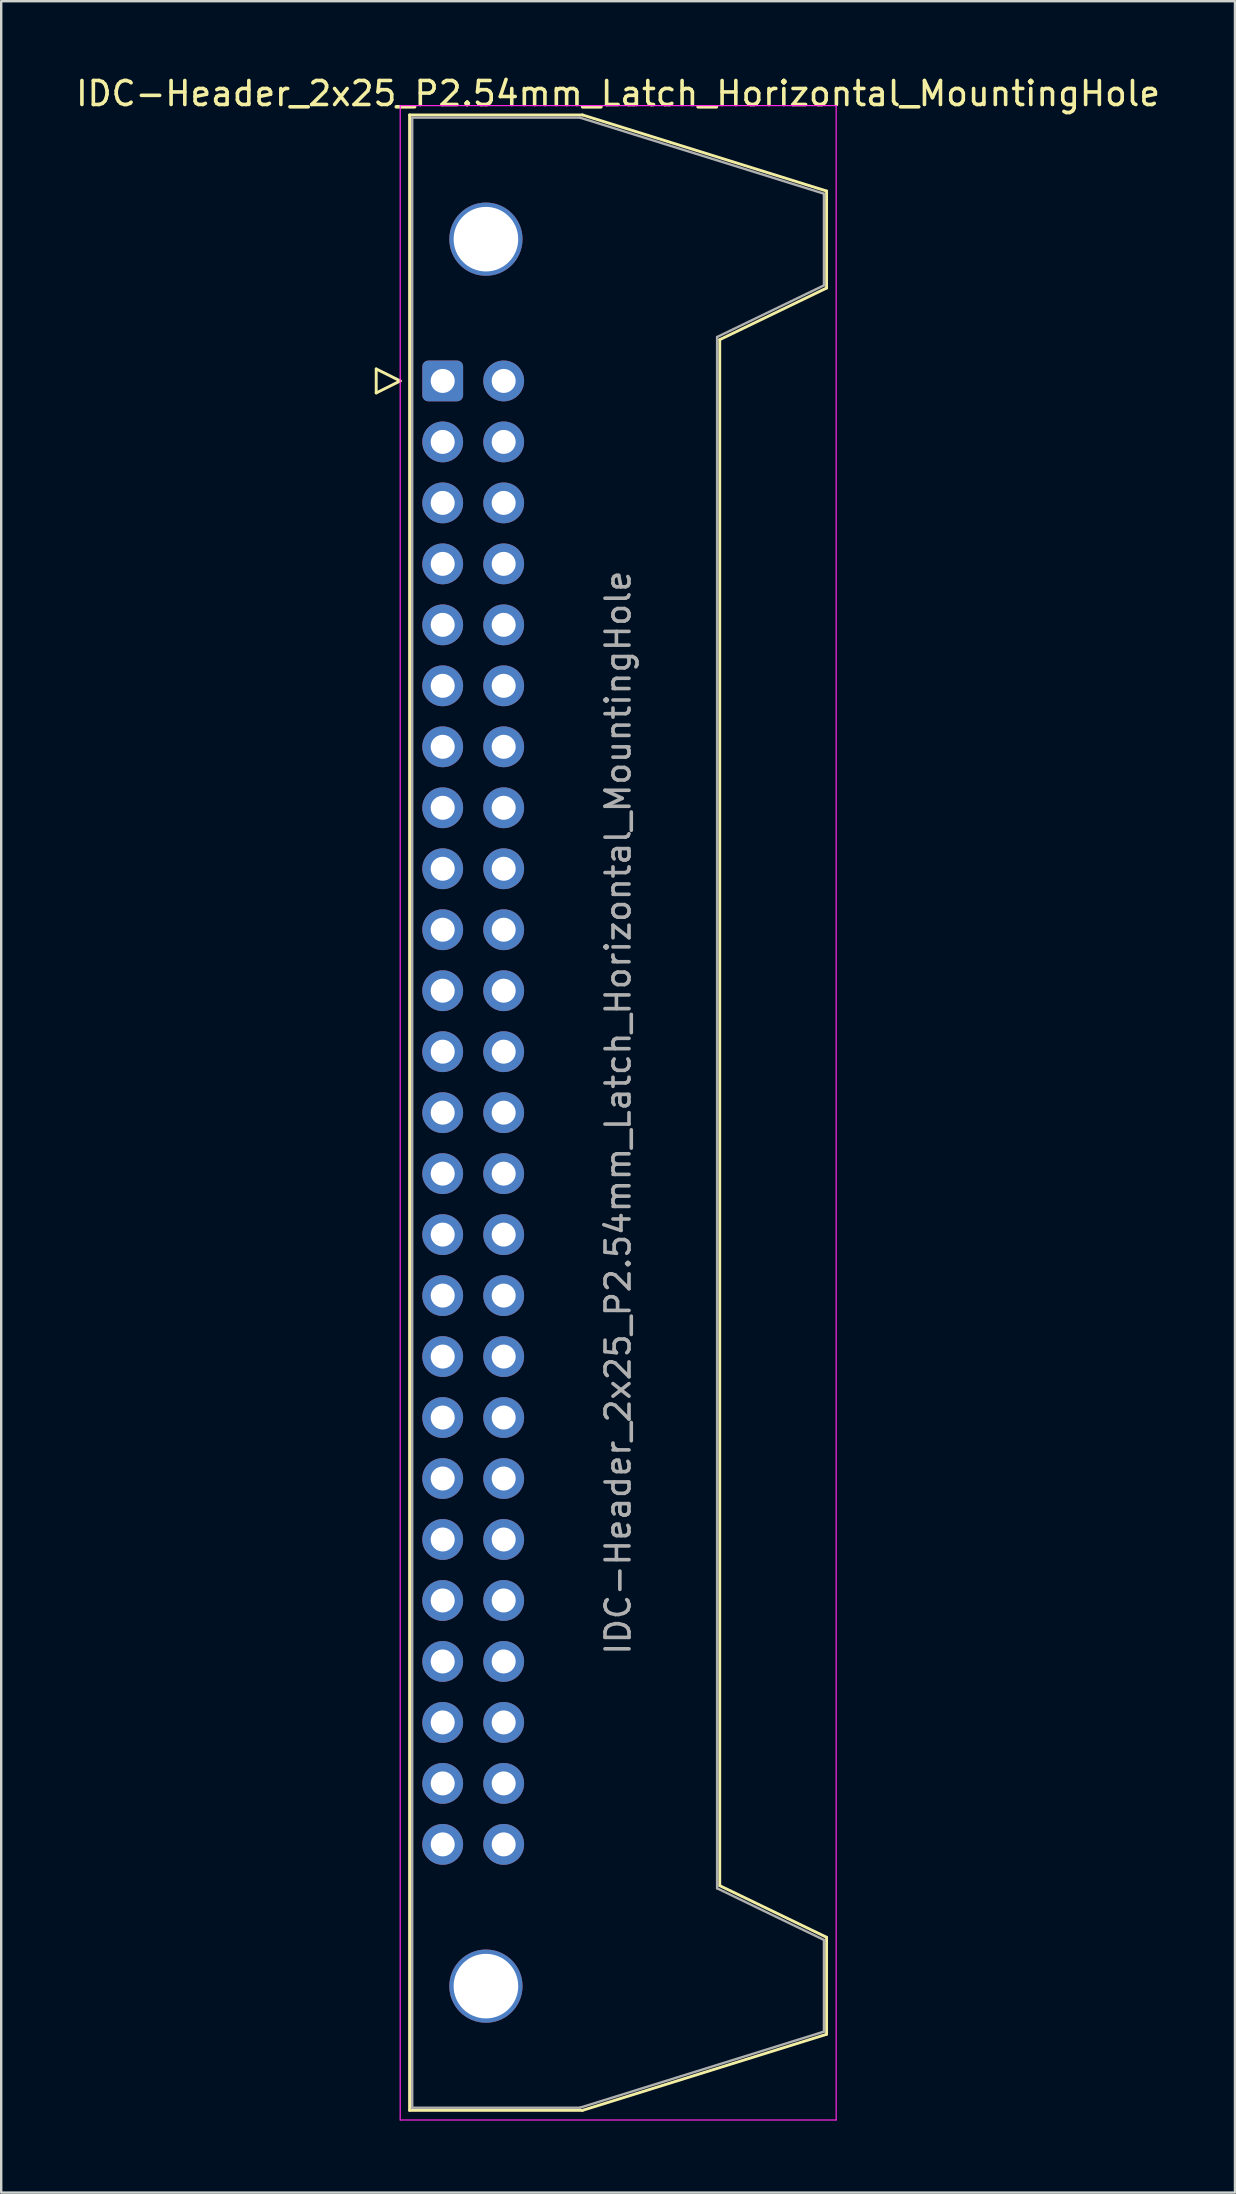
<source format=kicad_pcb>
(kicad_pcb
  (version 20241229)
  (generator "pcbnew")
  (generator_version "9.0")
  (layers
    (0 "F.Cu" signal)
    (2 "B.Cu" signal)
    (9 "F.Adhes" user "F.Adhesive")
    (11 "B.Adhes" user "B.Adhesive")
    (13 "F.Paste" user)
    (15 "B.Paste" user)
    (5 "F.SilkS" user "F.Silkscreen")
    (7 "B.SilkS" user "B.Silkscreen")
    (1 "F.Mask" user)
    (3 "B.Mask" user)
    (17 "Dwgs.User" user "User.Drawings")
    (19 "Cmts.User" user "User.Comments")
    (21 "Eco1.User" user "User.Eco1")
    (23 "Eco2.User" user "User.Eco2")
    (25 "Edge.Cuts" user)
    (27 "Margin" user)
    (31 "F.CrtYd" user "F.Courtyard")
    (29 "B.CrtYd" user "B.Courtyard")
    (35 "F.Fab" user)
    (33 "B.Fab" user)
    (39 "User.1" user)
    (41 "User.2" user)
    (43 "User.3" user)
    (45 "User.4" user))
  (footprint "IDC-Header_2x25_P2.54mm_Latch_Horizontal_MountingHole"
    (layer "F.Cu")
    (at 15.391 12.818)
    (property "Reference" "IDC-Header_2x25_P2.54mm_Latch_Horizontal_MountingHole" (at 7.305 -11.97 0) (layer "F.SilkS") (effects (font (size 1 1) (thickness 0.15))))
    (attr through_hole)
    (fp_line (start -2.77 -0.5) (end -2.77 0.5) (stroke (width 0.12) (type solid)) (layer "F.SilkS"))
    (fp_line (start -2.77 0.5) (end -1.77 0) (stroke (width 0.12) (type solid)) (layer "F.SilkS"))
    (fp_line (start -1.77 0) (end -2.77 -0.5) (stroke (width 0.12) (type solid)) (layer "F.SilkS"))
    (fp_line (start -1.38 -11.08) (end 5.82 -11.08) (stroke (width 0.12) (type solid)) (layer "F.SilkS"))
    (fp_line (start -1.38 72.04) (end -1.38 -11.08) (stroke (width 0.12) (type solid)) (layer "F.SilkS"))
    (fp_line (start 5.82 -11.08) (end 15.99 -7.91) (stroke (width 0.12) (type solid)) (layer "F.SilkS"))
    (fp_line (start 5.82 72.04) (end -1.38 72.04) (stroke (width 0.12) (type solid)) (layer "F.SilkS"))
    (fp_line (start 11.54 -1.72) (end 11.54 62.68) (stroke (width 0.12) (type solid)) (layer "F.SilkS"))
    (fp_line (start 11.54 62.68) (end 15.99 64.83) (stroke (width 0.12) (type solid)) (layer "F.SilkS"))
    (fp_line (start 15.99 -7.91) (end 15.99 -3.87) (stroke (width 0.12) (type solid)) (layer "F.SilkS"))
    (fp_line (start 15.99 -3.87) (end 11.54 -1.72) (stroke (width 0.12) (type solid)) (layer "F.SilkS"))
    (fp_line (start 15.99 64.83) (end 15.99 68.87) (stroke (width 0.12) (type solid)) (layer "F.SilkS"))
    (fp_line (start 15.99 68.87) (end 5.82 72.04) (stroke (width 0.12) (type solid)) (layer "F.SilkS"))
    (fp_line (start -1.77 -11.47) (end -1.77 72.44) (stroke (width 0.05) (type solid)) (layer "F.CrtYd"))
    (fp_line (start -1.77 72.44) (end 16.39 72.44) (stroke (width 0.05) (type solid)) (layer "F.CrtYd"))
    (fp_line (start 16.39 -11.47) (end -1.77 -11.47) (stroke (width 0.05) (type solid)) (layer "F.CrtYd"))
    (fp_line (start 16.39 72.44) (end 16.39 -11.47) (stroke (width 0.05) (type solid)) (layer "F.CrtYd"))
    (fp_line (start -1.27 -10.97) (end 5.71 -10.97) (stroke (width 0.1) (type solid)) (layer "F.Fab"))
    (fp_line (start -1.27 71.93) (end -1.27 -10.97) (stroke (width 0.1) (type solid)) (layer "F.Fab"))
    (fp_line (start 5.71 -10.97) (end 15.88 -7.8) (stroke (width 0.1) (type solid)) (layer "F.Fab"))
    (fp_line (start 5.71 71.93) (end -1.27 71.93) (stroke (width 0.1) (type solid)) (layer "F.Fab"))
    (fp_line (start 11.43 -1.83) (end 11.43 62.79) (stroke (width 0.1) (type solid)) (layer "F.Fab"))
    (fp_line (start 11.43 62.79) (end 15.88 64.94) (stroke (width 0.1) (type solid)) (layer "F.Fab"))
    (fp_line (start 15.88 -7.8) (end 15.88 -3.98) (stroke (width 0.1) (type solid)) (layer "F.Fab"))
    (fp_line (start 15.88 -3.98) (end 11.43 -1.83) (stroke (width 0.1) (type solid)) (layer "F.Fab"))
    (fp_line (start 15.88 64.94) (end 15.88 68.76) (stroke (width 0.1) (type solid)) (layer "F.Fab"))
    (fp_line (start 15.88 68.76) (end 5.71 71.93) (stroke (width 0.1) (type solid)) (layer "F.Fab"))
    (fp_text user "${REFERENCE}" (at 7.305 30.48 90) (layer "F.Fab") (effects (font (size 1 1) (thickness 0.15))))
    (pad "" thru_hole circle (at 1.8 -5.905) (size 3.05 3.05) (drill 2.69) (layers "*.Cu" "*.Mask"))
    (pad "" thru_hole circle (at 1.8 66.865) (size 3.05 3.05) (drill 2.69) (layers "*.Cu" "*.Mask"))
    (pad "1" thru_hole roundrect (at 0 0) (size 1.7 1.7) (drill 1) (layers "*.Cu" "*.Mask") (roundrect_rratio 0.147))
    (pad "2" thru_hole circle (at 2.54 0) (size 1.7 1.7) (drill 1) (layers "*.Cu" "*.Mask"))
    (pad "3" thru_hole circle (at 0 2.54) (size 1.7 1.7) (drill 1) (layers "*.Cu" "*.Mask"))
    (pad "4" thru_hole circle (at 2.54 2.54) (size 1.7 1.7) (drill 1) (layers "*.Cu" "*.Mask"))
    (pad "5" thru_hole circle (at 0 5.08) (size 1.7 1.7) (drill 1) (layers "*.Cu" "*.Mask"))
    (pad "6" thru_hole circle (at 2.54 5.08) (size 1.7 1.7) (drill 1) (layers "*.Cu" "*.Mask"))
    (pad "7" thru_hole circle (at 0 7.62) (size 1.7 1.7) (drill 1) (layers "*.Cu" "*.Mask"))
    (pad "8" thru_hole circle (at 2.54 7.62) (size 1.7 1.7) (drill 1) (layers "*.Cu" "*.Mask"))
    (pad "9" thru_hole circle (at 0 10.16) (size 1.7 1.7) (drill 1) (layers "*.Cu" "*.Mask"))
    (pad "10" thru_hole circle (at 2.54 10.16) (size 1.7 1.7) (drill 1) (layers "*.Cu" "*.Mask"))
    (pad "11" thru_hole circle (at 0 12.7) (size 1.7 1.7) (drill 1) (layers "*.Cu" "*.Mask"))
    (pad "12" thru_hole circle (at 2.54 12.7) (size 1.7 1.7) (drill 1) (layers "*.Cu" "*.Mask"))
    (pad "13" thru_hole circle (at 0 15.24) (size 1.7 1.7) (drill 1) (layers "*.Cu" "*.Mask"))
    (pad "14" thru_hole circle (at 2.54 15.24) (size 1.7 1.7) (drill 1) (layers "*.Cu" "*.Mask"))
    (pad "15" thru_hole circle (at 0 17.78) (size 1.7 1.7) (drill 1) (layers "*.Cu" "*.Mask"))
    (pad "16" thru_hole circle (at 2.54 17.78) (size 1.7 1.7) (drill 1) (layers "*.Cu" "*.Mask"))
    (pad "17" thru_hole circle (at 0 20.32) (size 1.7 1.7) (drill 1) (layers "*.Cu" "*.Mask"))
    (pad "18" thru_hole circle (at 2.54 20.32) (size 1.7 1.7) (drill 1) (layers "*.Cu" "*.Mask"))
    (pad "19" thru_hole circle (at 0 22.86) (size 1.7 1.7) (drill 1) (layers "*.Cu" "*.Mask"))
    (pad "20" thru_hole circle (at 2.54 22.86) (size 1.7 1.7) (drill 1) (layers "*.Cu" "*.Mask"))
    (pad "21" thru_hole circle (at 0 25.4) (size 1.7 1.7) (drill 1) (layers "*.Cu" "*.Mask"))
    (pad "22" thru_hole circle (at 2.54 25.4) (size 1.7 1.7) (drill 1) (layers "*.Cu" "*.Mask"))
    (pad "23" thru_hole circle (at 0 27.94) (size 1.7 1.7) (drill 1) (layers "*.Cu" "*.Mask"))
    (pad "24" thru_hole circle (at 2.54 27.94) (size 1.7 1.7) (drill 1) (layers "*.Cu" "*.Mask"))
    (pad "25" thru_hole circle (at 0 30.48) (size 1.7 1.7) (drill 1) (layers "*.Cu" "*.Mask"))
    (pad "26" thru_hole circle (at 2.54 30.48) (size 1.7 1.7) (drill 1) (layers "*.Cu" "*.Mask"))
    (pad "27" thru_hole circle (at 0 33.02) (size 1.7 1.7) (drill 1) (layers "*.Cu" "*.Mask"))
    (pad "28" thru_hole circle (at 2.54 33.02) (size 1.7 1.7) (drill 1) (layers "*.Cu" "*.Mask"))
    (pad "29" thru_hole circle (at 0 35.56) (size 1.7 1.7) (drill 1) (layers "*.Cu" "*.Mask"))
    (pad "30" thru_hole circle (at 2.54 35.56) (size 1.7 1.7) (drill 1) (layers "*.Cu" "*.Mask"))
    (pad "31" thru_hole circle (at 0 38.1) (size 1.7 1.7) (drill 1) (layers "*.Cu" "*.Mask"))
    (pad "32" thru_hole circle (at 2.54 38.1) (size 1.7 1.7) (drill 1) (layers "*.Cu" "*.Mask"))
    (pad "33" thru_hole circle (at 0 40.64) (size 1.7 1.7) (drill 1) (layers "*.Cu" "*.Mask"))
    (pad "34" thru_hole circle (at 2.54 40.64) (size 1.7 1.7) (drill 1) (layers "*.Cu" "*.Mask"))
    (pad "35" thru_hole circle (at 0 43.18) (size 1.7 1.7) (drill 1) (layers "*.Cu" "*.Mask"))
    (pad "36" thru_hole circle (at 2.54 43.18) (size 1.7 1.7) (drill 1) (layers "*.Cu" "*.Mask"))
    (pad "37" thru_hole circle (at 0 45.72) (size 1.7 1.7) (drill 1) (layers "*.Cu" "*.Mask"))
    (pad "38" thru_hole circle (at 2.54 45.72) (size 1.7 1.7) (drill 1) (layers "*.Cu" "*.Mask"))
    (pad "39" thru_hole circle (at 0 48.26) (size 1.7 1.7) (drill 1) (layers "*.Cu" "*.Mask"))
    (pad "40" thru_hole circle (at 2.54 48.26) (size 1.7 1.7) (drill 1) (layers "*.Cu" "*.Mask"))
    (pad "41" thru_hole circle (at 0 50.8) (size 1.7 1.7) (drill 1) (layers "*.Cu" "*.Mask"))
    (pad "42" thru_hole circle (at 2.54 50.8) (size 1.7 1.7) (drill 1) (layers "*.Cu" "*.Mask"))
    (pad "43" thru_hole circle (at 0 53.34) (size 1.7 1.7) (drill 1) (layers "*.Cu" "*.Mask"))
    (pad "44" thru_hole circle (at 2.54 53.34) (size 1.7 1.7) (drill 1) (layers "*.Cu" "*.Mask"))
    (pad "45" thru_hole circle (at 0 55.88) (size 1.7 1.7) (drill 1) (layers "*.Cu" "*.Mask"))
    (pad "46" thru_hole circle (at 2.54 55.88) (size 1.7 1.7) (drill 1) (layers "*.Cu" "*.Mask"))
    (pad "47" thru_hole circle (at 0 58.42) (size 1.7 1.7) (drill 1) (layers "*.Cu" "*.Mask"))
    (pad "48" thru_hole circle (at 2.54 58.42) (size 1.7 1.7) (drill 1) (layers "*.Cu" "*.Mask"))
    (pad "49" thru_hole circle (at 0 60.96) (size 1.7 1.7) (drill 1) (layers "*.Cu" "*.Mask"))
    (pad "50" thru_hole circle (at 2.54 60.96) (size 1.7 1.7) (drill 1) (layers "*.Cu" "*.Mask")))
  (gr_rect
    (start -3 -3)
    (end 48.393 88.283)
    (stroke (width 0.1) (type default))
    (fill no)
    (layer "Edge.Cuts")))
</source>
